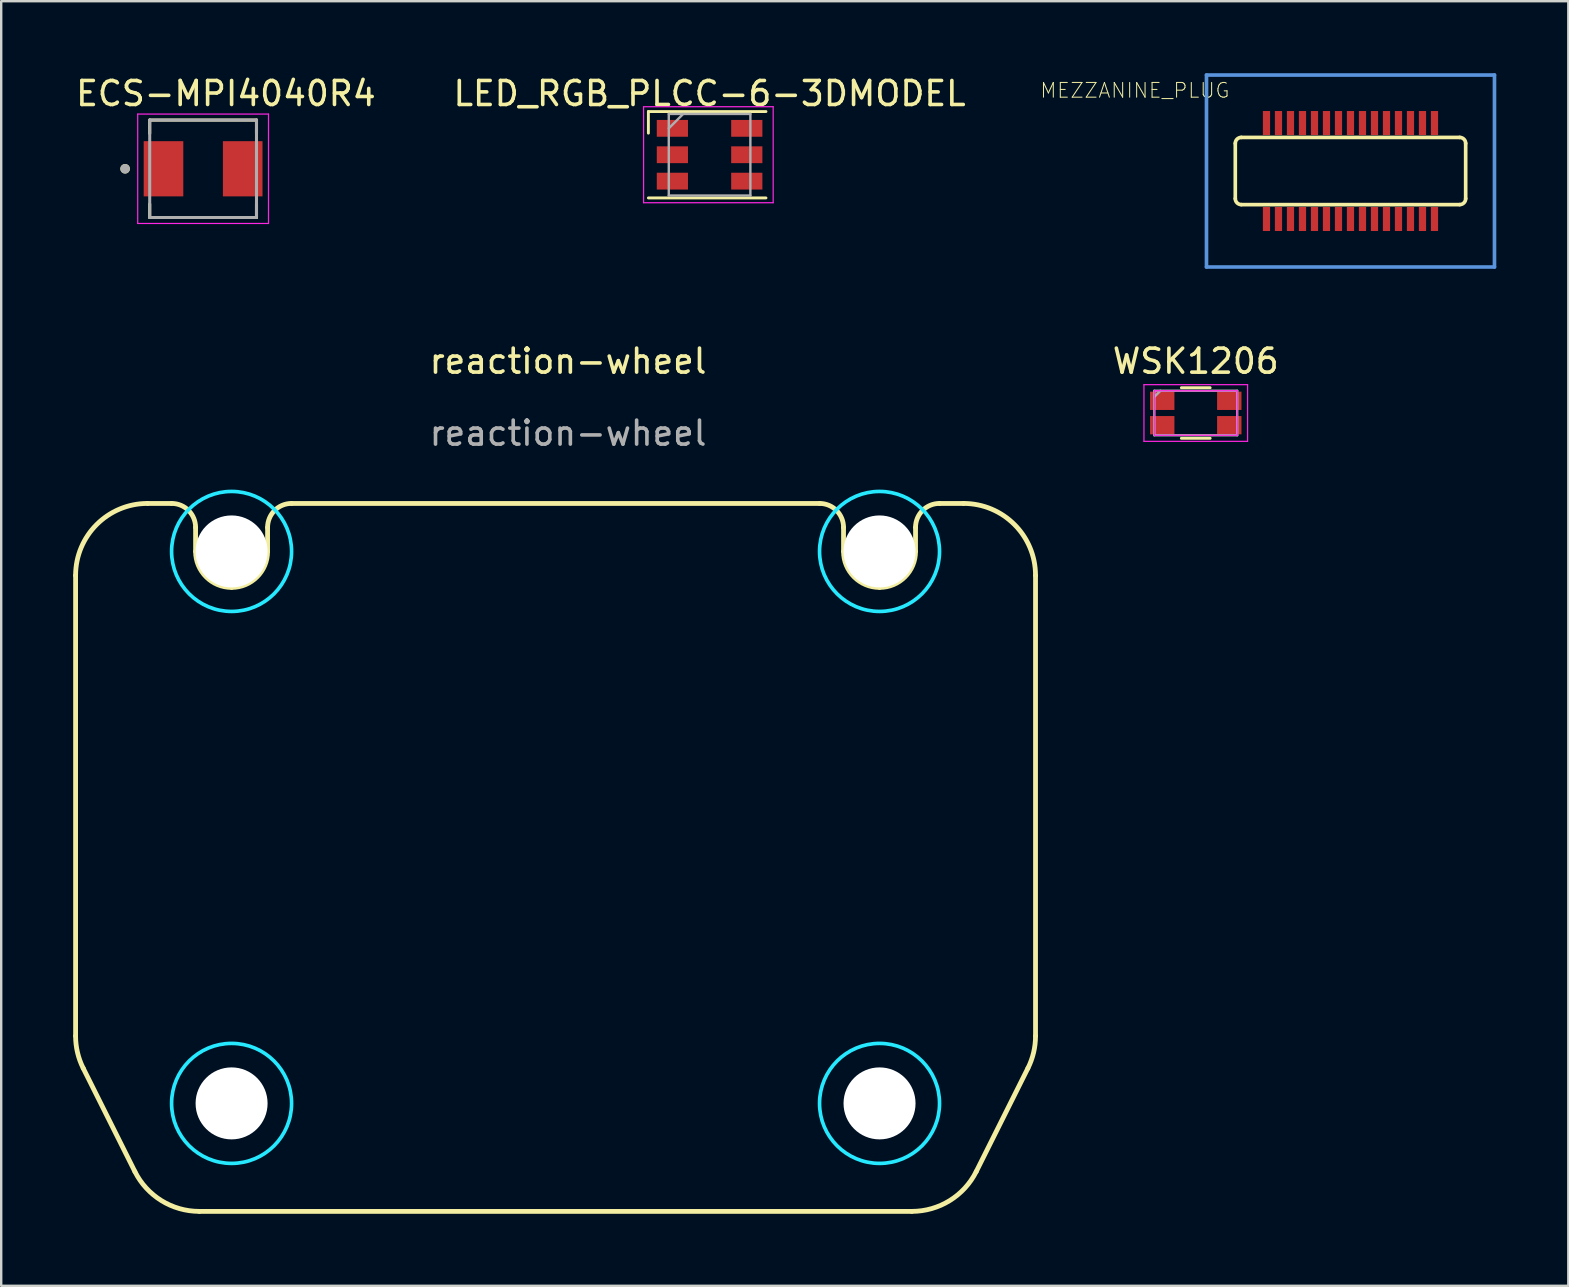
<source format=kicad_pcb>
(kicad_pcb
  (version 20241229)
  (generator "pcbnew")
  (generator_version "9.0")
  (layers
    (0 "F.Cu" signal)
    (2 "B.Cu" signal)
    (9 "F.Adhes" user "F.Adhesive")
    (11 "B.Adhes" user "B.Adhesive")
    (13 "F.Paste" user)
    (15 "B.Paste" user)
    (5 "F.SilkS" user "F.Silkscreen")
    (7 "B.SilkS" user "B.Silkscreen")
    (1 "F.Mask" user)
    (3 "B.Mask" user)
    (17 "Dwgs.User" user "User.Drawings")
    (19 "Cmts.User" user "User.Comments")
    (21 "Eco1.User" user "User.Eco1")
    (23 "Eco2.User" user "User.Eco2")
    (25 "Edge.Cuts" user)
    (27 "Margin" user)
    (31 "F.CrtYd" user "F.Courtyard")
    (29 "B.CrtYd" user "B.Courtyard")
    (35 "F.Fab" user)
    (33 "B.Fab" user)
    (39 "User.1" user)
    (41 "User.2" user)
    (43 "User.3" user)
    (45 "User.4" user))
  (footprint "ECS-MPI4040R4"
    (layer "F.Cu")
    (at 5.413 3.983)
    (property "Reference" "ECS-MPI4040R4" (at 0.95 -3.135 0) (layer "F.SilkS") (effects (font (size 1 1) (thickness 0.15))))
    (attr through_hole)
    (fp_line (start -2.225 -2.03) (end 2.225 -2.03) (stroke (width 0.127) (type solid)) (layer "F.SilkS"))
    (fp_line (start -2.225 -1.47) (end -2.225 -2.03) (stroke (width 0.127) (type solid)) (layer "F.SilkS"))
    (fp_line (start -2.225 2.03) (end -2.225 1.47) (stroke (width 0.127) (type solid)) (layer "F.SilkS"))
    (fp_line (start 2.225 -2.03) (end 2.225 -1.47) (stroke (width 0.127) (type solid)) (layer "F.SilkS"))
    (fp_line (start 2.225 1.47) (end 2.225 2.03) (stroke (width 0.127) (type solid)) (layer "F.SilkS"))
    (fp_line (start 2.225 2.03) (end -2.225 2.03) (stroke (width 0.127) (type solid)) (layer "F.SilkS"))
    (fp_circle (center -3.25 0) (end -3.15 0) (stroke (width 0.2) (type solid)) (fill no) (layer "F.SilkS"))
    (fp_line (start -2.725 -2.28) (end 2.725 -2.28) (stroke (width 0.05) (type solid)) (layer "F.CrtYd"))
    (fp_line (start -2.725 2.28) (end -2.725 -2.28) (stroke (width 0.05) (type solid)) (layer "F.CrtYd"))
    (fp_line (start 2.725 -2.28) (end 2.725 2.28) (stroke (width 0.05) (type solid)) (layer "F.CrtYd"))
    (fp_line (start 2.725 2.28) (end -2.725 2.28) (stroke (width 0.05) (type solid)) (layer "F.CrtYd"))
    (fp_line (start -2.225 -2.03) (end 2.225 -2.03) (stroke (width 0.127) (type solid)) (layer "F.Fab"))
    (fp_line (start -2.225 2.03) (end -2.225 -2.03) (stroke (width 0.127) (type solid)) (layer "F.Fab"))
    (fp_line (start 2.225 -2.03) (end 2.225 2.03) (stroke (width 0.127) (type solid)) (layer "F.Fab"))
    (fp_line (start 2.225 2.03) (end -2.225 2.03) (stroke (width 0.127) (type solid)) (layer "F.Fab"))
    (fp_circle (center -3.25 0) (end -3.15 0) (stroke (width 0.2) (type solid)) (fill no) (layer "F.Fab"))
    (pad "1" smd rect (at -1.65 0) (size 1.65 2.3) (layers "F.Cu" "F.Mask" "F.Paste"))
    (pad "2" smd rect (at 1.65 0) (size 1.65 2.3) (layers "F.Cu" "F.Mask" "F.Paste")))
  (footprint "WSK1206"
    (layer "F.Cu")
    (at 46.777 14.16)
    (property "Reference" "WSK1206" (at 0 -2.159 0) (layer "F.SilkS") (effects (font (size 1 1) (thickness 0.15))))
    (attr through_hole)
    (fp_line (start -0.6 1.054) (end 0.6 1.054) (stroke (width 0.12) (type solid)) (layer "F.SilkS"))
    (fp_line (start 0.6 -1.054) (end -0.6 -1.054) (stroke (width 0.12) (type solid)) (layer "F.SilkS"))
    (fp_line (start -2.159 -1.181) (end 2.159 -1.181) (stroke (width 0.05) (type solid)) (layer "F.CrtYd"))
    (fp_line (start -2.159 1.181) (end -2.159 -1.181) (stroke (width 0.05) (type solid)) (layer "F.CrtYd"))
    (fp_line (start -1.727 -0.927) (end 1.727 -0.927) (stroke (width 0.05) (type solid)) (layer "F.CrtYd"))
    (fp_line (start -1.727 0.927) (end -1.727 -0.927) (stroke (width 0.05) (type solid)) (layer "F.CrtYd"))
    (fp_line (start 1.727 -0.927) (end 1.727 0.927) (stroke (width 0.05) (type solid)) (layer "F.CrtYd"))
    (fp_line (start 1.727 0.927) (end -1.727 0.927) (stroke (width 0.05) (type solid)) (layer "F.CrtYd"))
    (fp_line (start 2.159 -1.181) (end 2.159 1.181) (stroke (width 0.05) (type solid)) (layer "F.CrtYd"))
    (fp_line (start 2.159 1.181) (end -2.159 1.181) (stroke (width 0.05) (type solid)) (layer "F.CrtYd"))
    (fp_line (start -1.727 -0.927) (end -1.727 0.927) (stroke (width 0.1) (type solid)) (layer "F.Fab"))
    (fp_line (start -1.727 0.927) (end 1.727 0.927) (stroke (width 0.1) (type solid)) (layer "F.Fab"))
    (fp_line (start -1.473 -0.927) (end -1.727 -0.673) (stroke (width 0.1) (type solid)) (layer "F.Fab"))
    (fp_line (start 1.727 -0.927) (end -1.727 -0.927) (stroke (width 0.1) (type solid)) (layer "F.Fab"))
    (fp_line (start 1.727 0.927) (end 1.727 -0.927) (stroke (width 0.1) (type solid)) (layer "F.Fab"))
    (pad "1" smd rect (at -1.397 -0.508) (size 1.016 0.762) (layers "F.Cu" "F.Mask" "F.Paste"))
    (pad "2" smd rect (at -1.397 0.508) (size 1.016 0.762) (layers "F.Cu" "F.Mask" "F.Paste"))
    (pad "3" smd rect (at 1.397 0.508) (size 1.016 0.762) (layers "F.Cu" "F.Mask" "F.Paste"))
    (pad "4" smd rect (at 1.397 -0.508) (size 1.016 0.762) (layers "F.Cu" "F.Mask" "F.Paste")))
  (footprint "reaction-wheel"
    (layer "F.Cu")
    (at 6.6 19.928)
    (property "Reference" "reaction-wheel" (at 14.021 -7.928 0) (unlocked yes) (layer "F.SilkS") (effects (font (size 1 1) (thickness 0.15))))
    (fp_line (start -6.5 1) (end -6.5 20.192) (stroke (width 0.2) (type solid)) (layer "F.SilkS"))
    (fp_line (start -6.183 21.533) (end -4.029 25.842) (stroke (width 0.2) (type solid)) (layer "F.SilkS"))
    (fp_line (start -2.5 -2) (end -3.5 -2) (stroke (width 0.2) (type solid)) (layer "F.SilkS"))
    (fp_line (start -1.5 0) (end -1.5 -1) (stroke (width 0.2) (type solid)) (layer "F.SilkS"))
    (fp_line (start -1.346 27.5) (end 28.346 27.5) (stroke (width 0.2) (type solid)) (layer "F.SilkS"))
    (fp_line (start 1.5 -1) (end 1.5 0) (stroke (width 0.2) (type solid)) (layer "F.SilkS"))
    (fp_line (start 24.5 -2) (end 2.5 -2) (stroke (width 0.2) (type solid)) (layer "F.SilkS"))
    (fp_line (start 25.5 0) (end 25.5 -1) (stroke (width 0.2) (type solid)) (layer "F.SilkS"))
    (fp_line (start 28.5 -1) (end 28.5 0) (stroke (width 0.2) (type solid)) (layer "F.SilkS"))
    (fp_line (start 30.5 -2) (end 29.5 -2) (stroke (width 0.2) (type solid)) (layer "F.SilkS"))
    (fp_line (start 31.029 25.842) (end 33.183 21.533) (stroke (width 0.2) (type solid)) (layer "F.SilkS"))
    (fp_line (start 33.5 20.192) (end 33.5 1) (stroke (width 0.2) (type solid)) (layer "F.SilkS"))
    (fp_arc (start -6.5 1) (mid -5.62132 -1.12132) (end -3.5 -2) (stroke (width 0.2) (type solid)) (layer "F.SilkS"))
    (fp_arc (start -6.183283 21.533437) (mid -6.419851 20.88108) (end -6.5 20.191797) (stroke (width 0.2) (type solid)) (layer "F.SilkS"))
    (fp_arc (start -2.499997 -2.000003) (mid -1.792891 -1.707108) (end -1.5 -1) (stroke (width 0.2) (type solid)) (layer "F.SilkS"))
    (fp_arc (start -1.345899 27.500001) (mid -2.922955 27.051733) (end -4.029179 25.841644) (stroke (width 0.2) (type solid)) (layer "F.SilkS"))
    (fp_arc (start 0 1.5) (mid -1.060659 1.060661) (end -1.499998 0.000002) (stroke (width 0.2) (type solid)) (layer "F.SilkS"))
    (fp_arc (start 1.499997 -1.000003) (mid 1.792892 -1.707109) (end 2.5 -2) (stroke (width 0.2) (type solid)) (layer "F.SilkS"))
    (fp_arc (start 1.5 0) (mid 1.060661 1.060659) (end 0.000002 1.499998) (stroke (width 0.2) (type solid)) (layer "F.SilkS"))
    (fp_arc (start 24.500003 -2.000003) (mid 25.207109 -1.707108) (end 25.5 -1) (stroke (width 0.2) (type solid)) (layer "F.SilkS"))
    (fp_arc (start 27 1.5) (mid 25.939341 1.060661) (end 25.500002 0.000002) (stroke (width 0.2) (type solid)) (layer "F.SilkS"))
    (fp_arc (start 28.499997 -1.000003) (mid 28.792892 -1.707109) (end 29.5 -2) (stroke (width 0.2) (type solid)) (layer "F.SilkS"))
    (fp_arc (start 28.5 0) (mid 28.060661 1.060659) (end 27.000002 1.499998) (stroke (width 0.2) (type solid)) (layer "F.SilkS"))
    (fp_arc (start 30.5 -2) (mid 32.62132 -1.12132) (end 33.5 1) (stroke (width 0.2) (type solid)) (layer "F.SilkS"))
    (fp_arc (start 31.029178 25.841646) (mid 29.922952 27.051734) (end 28.345896 27.5) (stroke (width 0.2) (type solid)) (layer "F.SilkS"))
    (fp_arc (start 33.499999 20.191799) (mid 33.41985 20.881081) (end 33.183281 21.533438) (stroke (width 0.2) (type solid)) (layer "F.SilkS"))
    (fp_circle (center 0 0) (end 2.5 0) (stroke (width 0.152) (type solid)) (fill no) (layer "B.CrtYd"))
    (fp_circle (center 0 23) (end 2.5 23) (stroke (width 0.152) (type solid)) (fill no) (layer "B.CrtYd"))
    (fp_circle (center 27 0) (end 29.5 0) (stroke (width 0.152) (type solid)) (fill no) (layer "B.CrtYd"))
    (fp_circle (center 27 23) (end 29.5 23) (stroke (width 0.152) (type solid)) (fill no) (layer "B.CrtYd"))
    (fp_text user "${REFERENCE}" (at 14.021 -4.928 0) (unlocked yes) (layer "F.Fab") (effects (font (size 1 1) (thickness 0.15))))
    (pad "" np_thru_hole circle (at 0 0) (size 3 3) (drill 3) (layers "*.Cu" "*.Mask"))
    (pad "" np_thru_hole circle (at 0 23) (size 3 3) (drill 3) (layers "*.Cu" "*.Mask"))
    (pad "" np_thru_hole circle (at 27 0) (size 3 3) (drill 3) (layers "*.Cu" "*.Mask"))
    (pad "" np_thru_hole circle (at 27 23) (size 3 3) (drill 3) (layers "*.Cu" "*.Mask")))
  (footprint "MEZZANINE_PLUG"
    (layer "F.Cu")
    (at 53.224 4.076)
    (property "Reference" "MEZZANINE_PLUG" (at -5 -3 0) (layer "F.SilkS") (effects (font (size 0.613 0.613) (thickness 0.042)) (justify right bottom)))
    (attr smd)
    (fp_line (start -4.8 1.15) (end -4.8 -1.15) (stroke (width 0.152) (type solid)) (layer "F.SilkS"))
    (fp_line (start -4.55 -1.4) (end 4.55 -1.4) (stroke (width 0.152) (type solid)) (layer "F.SilkS"))
    (fp_line (start 4.55 1.4) (end -4.55 1.4) (stroke (width 0.152) (type solid)) (layer "F.SilkS"))
    (fp_line (start 4.8 -1.15) (end 4.8 1.15) (stroke (width 0.152) (type solid)) (layer "F.SilkS"))
    (fp_arc (start -4.8 -1.15) (mid -4.726777 -1.326777) (end -4.55 -1.4) (stroke (width 0.1524) (type solid)) (layer "F.SilkS"))
    (fp_arc (start -4.55 1.4) (mid -4.726777 1.326777) (end -4.8 1.15) (stroke (width 0.1524) (type solid)) (layer "F.SilkS"))
    (fp_arc (start 4.55 -1.4) (mid 4.726777 -1.326777) (end 4.8 -1.15) (stroke (width 0.1524) (type solid)) (layer "F.SilkS"))
    (fp_arc (start 4.8 1.15) (mid 4.726777 1.326777) (end 4.55 1.4) (stroke (width 0.1524) (type solid)) (layer "F.SilkS"))
    (fp_line (start -6 -4) (end 6 -4) (stroke (width 0.152) (type solid)) (layer "Cmts.User"))
    (fp_line (start -6 4) (end -6 -4) (stroke (width 0.152) (type solid)) (layer "Cmts.User"))
    (fp_line (start 6 -4) (end 6 4) (stroke (width 0.152) (type solid)) (layer "Cmts.User"))
    (fp_line (start 6 4) (end -6 4) (stroke (width 0.152) (type solid)) (layer "Cmts.User"))
    (pad "P$1" smd rect (at -3.5 -2) (size 0.3 1) (layers "F.Cu" "F.Mask" "F.Paste"))
    (pad "P$2" smd rect (at -3 -2) (size 0.3 1) (layers "F.Cu" "F.Mask" "F.Paste"))
    (pad "P$3" smd rect (at -2.5 -2) (size 0.3 1) (layers "F.Cu" "F.Mask" "F.Paste"))
    (pad "P$4" smd rect (at -2 -2) (size 0.3 1) (layers "F.Cu" "F.Mask" "F.Paste"))
    (pad "P$5" smd rect (at -1.5 -2) (size 0.3 1) (layers "F.Cu" "F.Mask" "F.Paste"))
    (pad "P$6" smd rect (at -1 -2) (size 0.3 1) (layers "F.Cu" "F.Mask" "F.Paste"))
    (pad "P$7" smd rect (at -0.5 -2) (size 0.3 1) (layers "F.Cu" "F.Mask" "F.Paste"))
    (pad "P$8" smd rect (at 0 -2) (size 0.3 1) (layers "F.Cu" "F.Mask" "F.Paste"))
    (pad "P$9" smd rect (at 0.5 -2) (size 0.3 1) (layers "F.Cu" "F.Mask" "F.Paste"))
    (pad "P$10" smd rect (at 1 -2) (size 0.3 1) (layers "F.Cu" "F.Mask" "F.Paste"))
    (pad "P$11" smd rect (at 1.5 -2) (size 0.3 1) (layers "F.Cu" "F.Mask" "F.Paste"))
    (pad "P$12" smd rect (at 2 -2) (size 0.3 1) (layers "F.Cu" "F.Mask" "F.Paste"))
    (pad "P$13" smd rect (at 2.5 -2) (size 0.3 1) (layers "F.Cu" "F.Mask" "F.Paste"))
    (pad "P$14" smd rect (at 3 -2) (size 0.3 1) (layers "F.Cu" "F.Mask" "F.Paste"))
    (pad "P$15" smd rect (at 3.5 -2) (size 0.3 1) (layers "F.Cu" "F.Mask" "F.Paste"))
    (pad "P$16" smd rect (at 3.5 2) (size 0.3 1) (layers "F.Cu" "F.Mask" "F.Paste"))
    (pad "P$17" smd rect (at 3 2) (size 0.3 1) (layers "F.Cu" "F.Mask" "F.Paste"))
    (pad "P$18" smd rect (at 2.5 2) (size 0.3 1) (layers "F.Cu" "F.Mask" "F.Paste"))
    (pad "P$19" smd rect (at 2 2) (size 0.3 1) (layers "F.Cu" "F.Mask" "F.Paste"))
    (pad "P$20" smd rect (at 1.5 2) (size 0.3 1) (layers "F.Cu" "F.Mask" "F.Paste"))
    (pad "P$21" smd rect (at 1 2) (size 0.3 1) (layers "F.Cu" "F.Mask" "F.Paste"))
    (pad "P$22" smd rect (at 0.5 2) (size 0.3 1) (layers "F.Cu" "F.Mask" "F.Paste"))
    (pad "P$23" smd rect (at 0 2) (size 0.3 1) (layers "F.Cu" "F.Mask" "F.Paste"))
    (pad "P$24" smd rect (at -0.5 2) (size 0.3 1) (layers "F.Cu" "F.Mask" "F.Paste"))
    (pad "P$25" smd rect (at -1 2) (size 0.3 1) (layers "F.Cu" "F.Mask" "F.Paste"))
    (pad "P$26" smd rect (at -1.5 2) (size 0.3 1) (layers "F.Cu" "F.Mask" "F.Paste"))
    (pad "P$27" smd rect (at -2 2) (size 0.3 1) (layers "F.Cu" "F.Mask" "F.Paste"))
    (pad "P$28" smd rect (at -2.5 2) (size 0.3 1) (layers "F.Cu" "F.Mask" "F.Paste"))
    (pad "P$29" smd rect (at -3 2) (size 0.3 1) (layers "F.Cu" "F.Mask" "F.Paste"))
    (pad "P$30" smd rect (at -3.5 2) (size 0.3 1) (layers "F.Cu" "F.Mask" "F.Paste")))
  (footprint "LED_RGB_PLCC-6-3DMODEL"
    (layer "F.Cu")
    (at 26.518 3.398)
    (property "Reference" "LED_RGB_PLCC-6-3DMODEL" (at 0 -2.55 180) (layer "F.SilkS") (effects (font (size 1 1) (thickness 0.15))))
    (attr smd)
    (fp_line (start -2.55 -1.8) (end -2.55 -0.9) (stroke (width 0.12) (type solid)) (layer "F.SilkS"))
    (fp_line (start -2.55 1.8) (end 2.35 1.8) (stroke (width 0.12) (type solid)) (layer "F.SilkS"))
    (fp_line (start 2.35 -1.8) (end -2.55 -1.8) (stroke (width 0.12) (type solid)) (layer "F.SilkS"))
    (fp_line (start -2.75 -2) (end -2.75 2) (stroke (width 0.05) (type solid)) (layer "F.CrtYd"))
    (fp_line (start -2.75 -2) (end 2.65 -2) (stroke (width 0.05) (type solid)) (layer "F.CrtYd"))
    (fp_line (start -2.75 2) (end 2.65 2) (stroke (width 0.05) (type solid)) (layer "F.CrtYd"))
    (fp_line (start 2.65 -2) (end 2.65 2) (stroke (width 0.05) (type solid)) (layer "F.CrtYd"))
    (fp_line (start -1.7 -1.7) (end -1.7 1.7) (stroke (width 0.1) (type solid)) (layer "F.Fab"))
    (fp_line (start -1.7 -1.1) (end -1.1 -1.7) (stroke (width 0.1) (type solid)) (layer "F.Fab"))
    (fp_line (start -1.7 1.7) (end 1.7 1.7) (stroke (width 0.1) (type solid)) (layer "F.Fab"))
    (fp_line (start 1.7 -1.7) (end -1.7 -1.7) (stroke (width 0.1) (type solid)) (layer "F.Fab"))
    (fp_line (start 1.7 1.7) (end 1.7 -1.7) (stroke (width 0.1) (type solid)) (layer "F.Fab"))
    (pad "1" smd rect (at -1.55 -1.1 90) (size 0.7 1.3) (layers "F.Cu" "F.Mask" "F.Paste"))
    (pad "2" smd rect (at -1.55 0 90) (size 0.7 1.3) (layers "F.Cu" "F.Mask" "F.Paste"))
    (pad "3" smd rect (at -1.55 1.1 90) (size 0.7 1.3) (layers "F.Cu" "F.Mask" "F.Paste"))
    (pad "4" smd rect (at 1.55 1.1 90) (size 0.7 1.3) (layers "F.Cu" "F.Mask" "F.Paste"))
    (pad "5" smd rect (at 1.55 0 90) (size 0.7 1.3) (layers "F.Cu" "F.Mask" "F.Paste"))
    (pad "6" smd rect (at 1.55 -1.1 90) (size 0.7 1.3) (layers "F.Cu" "F.Mask" "F.Paste")))
  (gr_rect
    (start -3 -3)
    (end 62.301 50.528)
    (stroke (width 0.1) (type default))
    (fill no)
    (layer "Edge.Cuts")))
</source>
